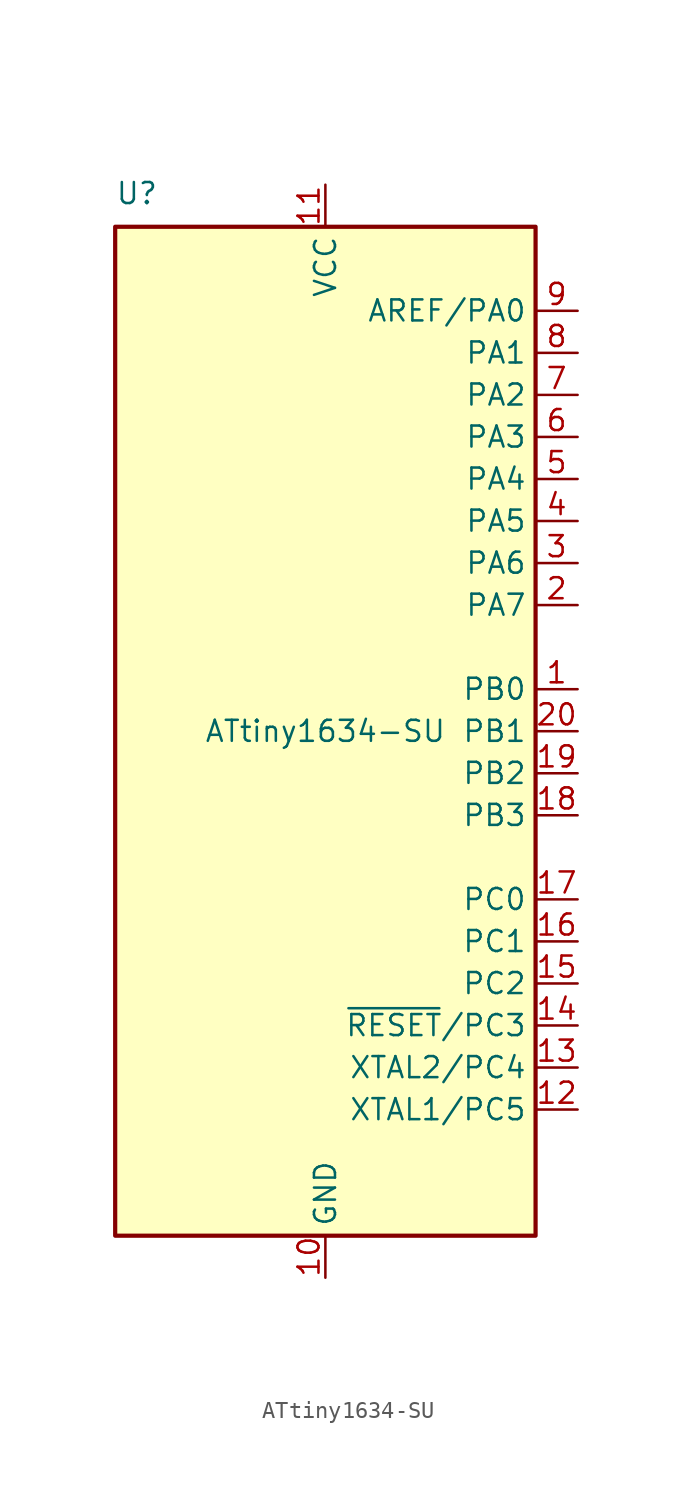
<source format=kicad_sym>
(kicad_symbol_lib
  (version 20231120)
  (generator "CDFER_Archive_Tool")
  (generator_version "0.0")
  (symbol "ATtiny1634-SU"
    (property "Reference" "U"
      (at -12.7 31.75 0)
      (effects (font (size 1.27 1.27)) (justify left bottom)))
    (property "Value" "ATtiny1634-SU"
      (at 0 0 0)
      (effects (font (size 1.27 1.27))))
    (symbol "ATtiny1634-SU_0_1"
      (rectangle (start -12.7 -30.48) (end 12.7 30.48) (stroke (width 0.254) (type default)) (fill (type background))))
    (symbol "ATtiny1634-SU_1_1"
      (pin bidirectional line (at 15.24 2.54 180) (length 2.54) (name "PB0" (effects (font (size 1.27 1.27)))) (number "1" (effects (font (size 1.27 1.27)))))
      (pin power_in line (at 0 -33.02 90) (length 2.54) (name "GND" (effects (font (size 1.27 1.27)))) (number "10" (effects (font (size 1.27 1.27)))))
      (pin power_in line (at 0 33.02 270) (length 2.54) (name "VCC" (effects (font (size 1.27 1.27)))) (number "11" (effects (font (size 1.27 1.27)))))
      (pin bidirectional line (at 15.24 -22.86 180) (length 2.54) (name "XTAL1/PC5" (effects (font (size 1.27 1.27)))) (number "12" (effects (font (size 1.27 1.27)))))
      (pin bidirectional line (at 15.24 -20.32 180) (length 2.54) (name "XTAL2/PC4" (effects (font (size 1.27 1.27)))) (number "13" (effects (font (size 1.27 1.27)))))
      (pin bidirectional line (at 15.24 -17.78 180) (length 2.54) (name "~{RESET}/PC3" (effects (font (size 1.27 1.27)))) (number "14" (effects (font (size 1.27 1.27)))))
      (pin bidirectional line (at 15.24 -15.24 180) (length 2.54) (name "PC2" (effects (font (size 1.27 1.27)))) (number "15" (effects (font (size 1.27 1.27)))))
      (pin bidirectional line (at 15.24 -12.7 180) (length 2.54) (name "PC1" (effects (font (size 1.27 1.27)))) (number "16" (effects (font (size 1.27 1.27)))))
      (pin bidirectional line (at 15.24 -10.16 180) (length 2.54) (name "PC0" (effects (font (size 1.27 1.27)))) (number "17" (effects (font (size 1.27 1.27)))))
      (pin bidirectional line (at 15.24 -5.08 180) (length 2.54) (name "PB3" (effects (font (size 1.27 1.27)))) (number "18" (effects (font (size 1.27 1.27)))))
      (pin bidirectional line (at 15.24 -2.54 180) (length 2.54) (name "PB2" (effects (font (size 1.27 1.27)))) (number "19" (effects (font (size 1.27 1.27)))))
      (pin bidirectional line (at 15.24 7.62 180) (length 2.54) (name "PA7" (effects (font (size 1.27 1.27)))) (number "2" (effects (font (size 1.27 1.27)))))
      (pin bidirectional line (at 15.24 0 180) (length 2.54) (name "PB1" (effects (font (size 1.27 1.27)))) (number "20" (effects (font (size 1.27 1.27)))))
      (pin bidirectional line (at 15.24 10.16 180) (length 2.54) (name "PA6" (effects (font (size 1.27 1.27)))) (number "3" (effects (font (size 1.27 1.27)))))
      (pin bidirectional line (at 15.24 12.7 180) (length 2.54) (name "PA5" (effects (font (size 1.27 1.27)))) (number "4" (effects (font (size 1.27 1.27)))))
      (pin bidirectional line (at 15.24 15.24 180) (length 2.54) (name "PA4" (effects (font (size 1.27 1.27)))) (number "5" (effects (font (size 1.27 1.27)))))
      (pin bidirectional line (at 15.24 17.78 180) (length 2.54) (name "PA3" (effects (font (size 1.27 1.27)))) (number "6" (effects (font (size 1.27 1.27)))))
      (pin bidirectional line (at 15.24 20.32 180) (length 2.54) (name "PA2" (effects (font (size 1.27 1.27)))) (number "7" (effects (font (size 1.27 1.27)))))
      (pin bidirectional line (at 15.24 22.86 180) (length 2.54) (name "PA1" (effects (font (size 1.27 1.27)))) (number "8" (effects (font (size 1.27 1.27)))))
      (pin bidirectional line (at 15.24 25.4 180) (length 2.54) (name "AREF/PA0" (effects (font (size 1.27 1.27)))) (number "9" (effects (font (size 1.27 1.27))))))))
</source>
